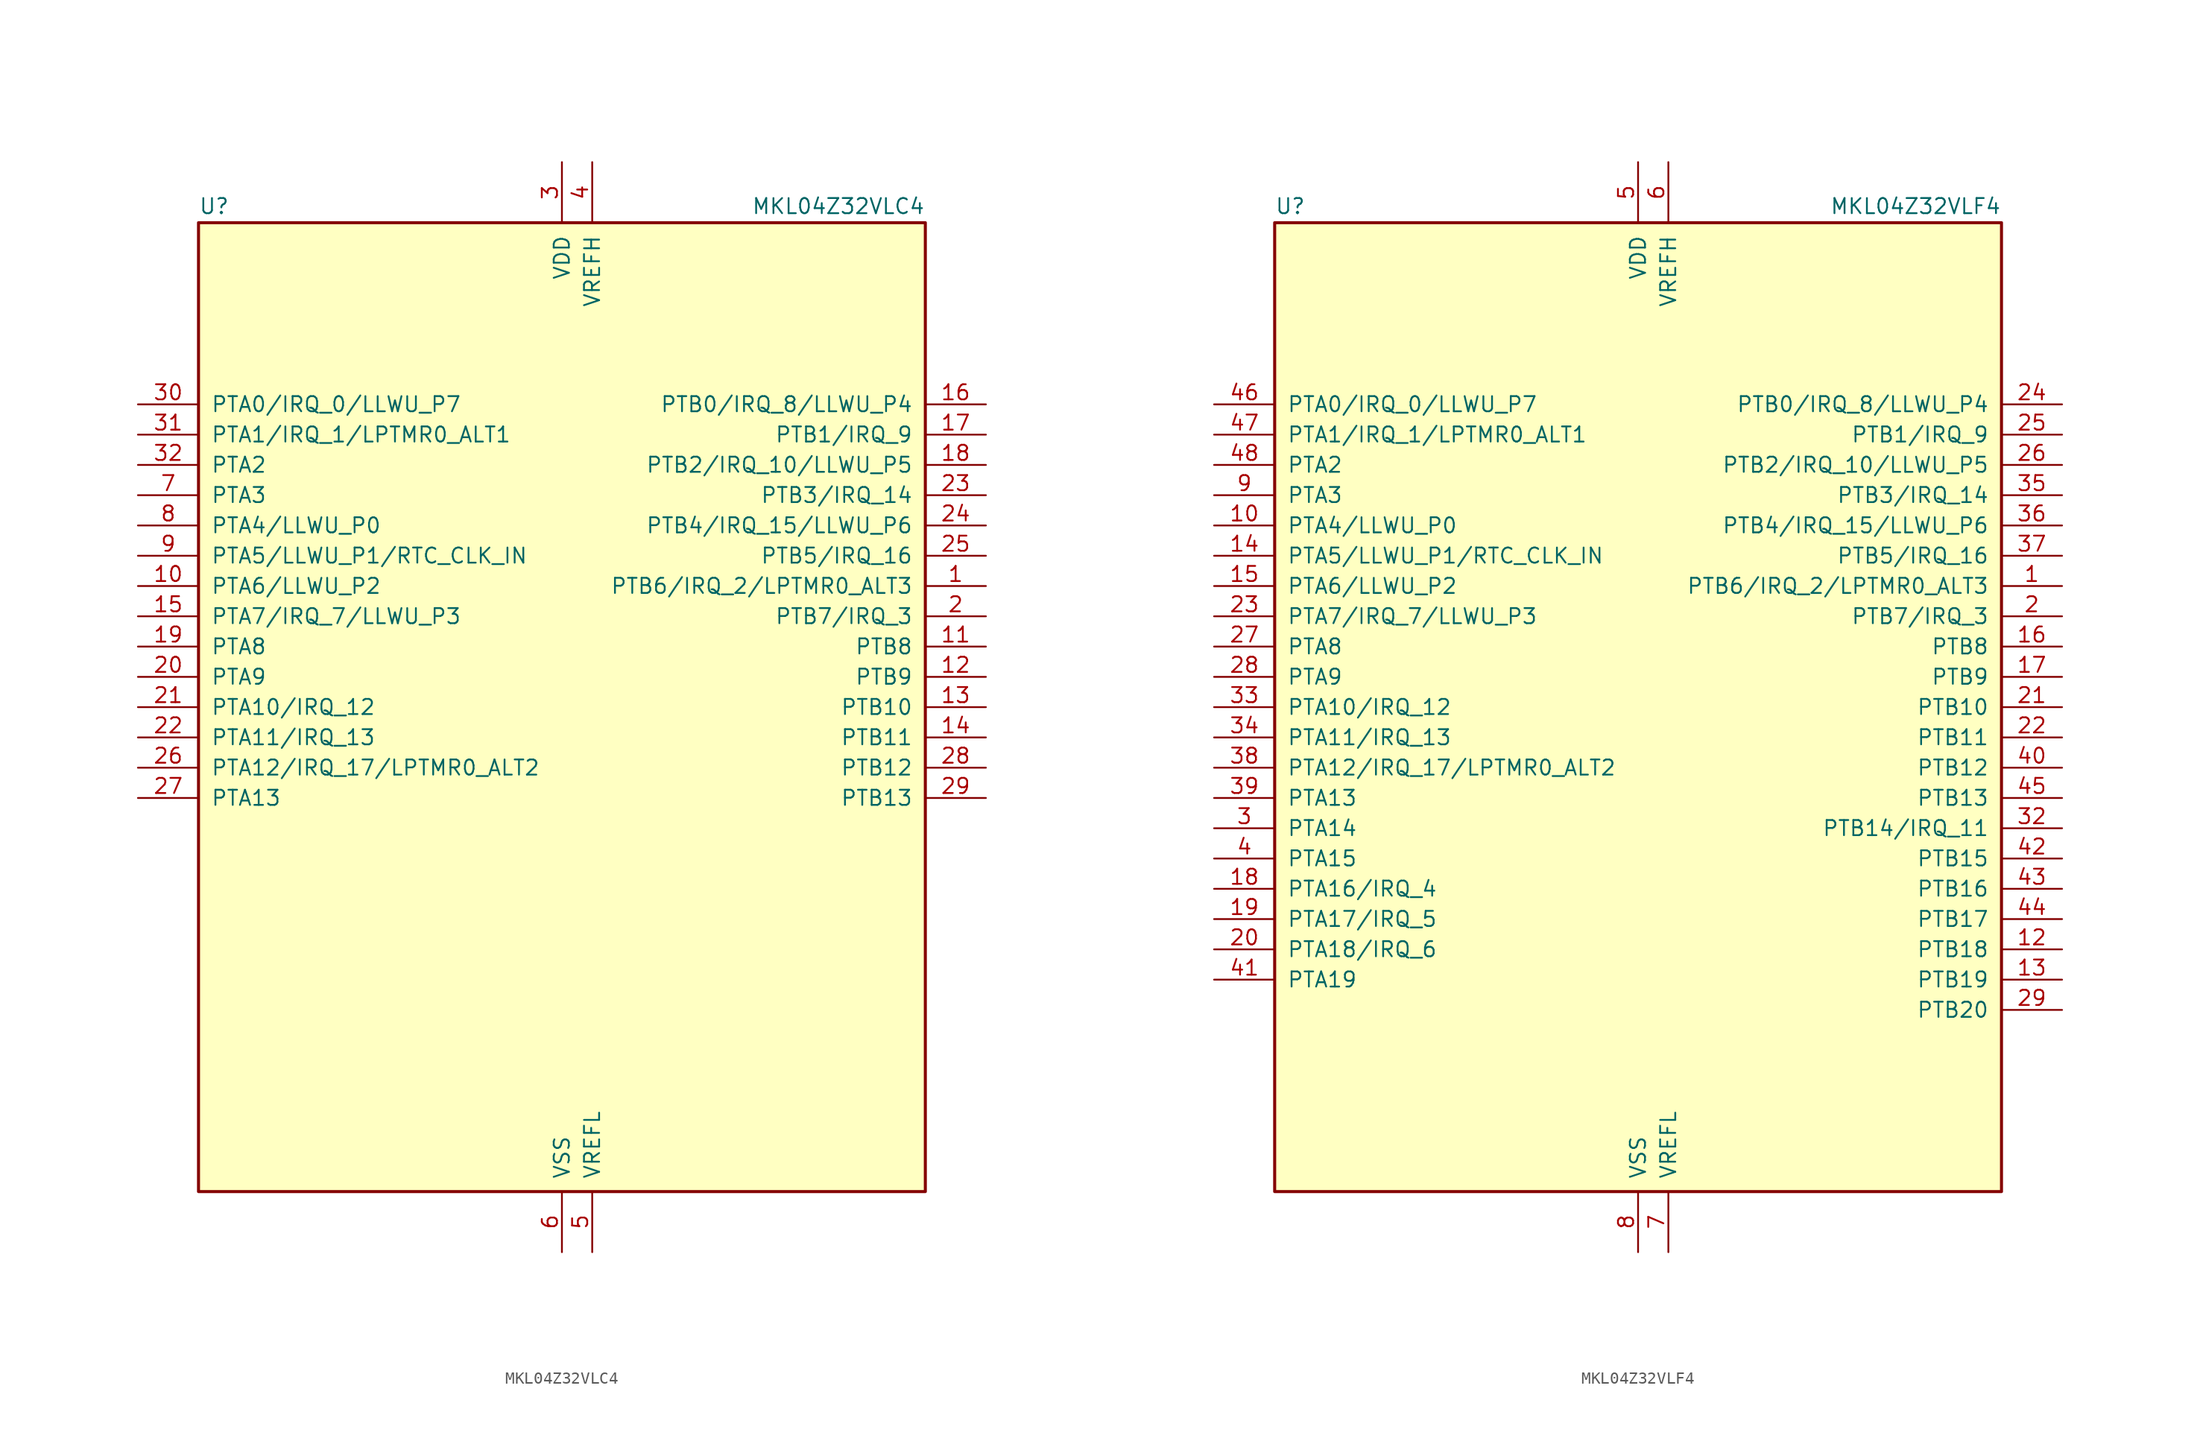
<source format=kicad_sym>
(kicad_symbol_lib
  (version 20241209)
  (generator "kicad_symbol_editor")
  (generator_version "9.0")
  (symbol "MKL04Z32VLC4"
    (pin_names
      (offset 1.016))
    (property "Reference" "U"
      (at -30.48 41.275 0)
      (effects (font (size 1.27 1.27)) (justify left bottom)))
    (property "Value" "MKL04Z32VLC4"
      (at 30.48 41.275 0)
      (effects (font (size 1.27 1.27)) (justify right bottom)))
    (symbol "MKL04Z32VLC4_0_1"
      (rectangle (start -30.48 40.64) (end 30.48 -40.64) (stroke (width 0.254) (type default)) (fill (type background))))
    (symbol "MKL04Z32VLC4_1_1"
      (pin bidirectional line (at -35.56 25.4 0) (length 5.08) (name "PTA0/IRQ_0/LLWU_P7" (effects (font (size 1.27 1.27)))) (number "30" (effects (font (size 1.27 1.27)))))
      (pin bidirectional line (at -35.56 22.86 0) (length 5.08) (name "PTA1/IRQ_1/LPTMR0_ALT1" (effects (font (size 1.27 1.27)))) (number "31" (effects (font (size 1.27 1.27)))))
      (pin bidirectional line (at -35.56 20.32 0) (length 5.08) (name "PTA2" (effects (font (size 1.27 1.27)))) (number "32" (effects (font (size 1.27 1.27)))))
      (pin bidirectional line (at -35.56 17.78 0) (length 5.08) (name "PTA3" (effects (font (size 1.27 1.27)))) (number "7" (effects (font (size 1.27 1.27)))))
      (pin bidirectional line (at -35.56 15.24 0) (length 5.08) (name "PTA4/LLWU_P0" (effects (font (size 1.27 1.27)))) (number "8" (effects (font (size 1.27 1.27)))))
      (pin bidirectional line (at -35.56 12.7 0) (length 5.08) (name "PTA5/LLWU_P1/RTC_CLK_IN" (effects (font (size 1.27 1.27)))) (number "9" (effects (font (size 1.27 1.27)))))
      (pin bidirectional line (at -35.56 10.16 0) (length 5.08) (name "PTA6/LLWU_P2" (effects (font (size 1.27 1.27)))) (number "10" (effects (font (size 1.27 1.27)))))
      (pin bidirectional line (at -35.56 7.62 0) (length 5.08) (name "PTA7/IRQ_7/LLWU_P3" (effects (font (size 1.27 1.27)))) (number "15" (effects (font (size 1.27 1.27)))))
      (pin bidirectional line (at -35.56 5.08 0) (length 5.08) (name "PTA8" (effects (font (size 1.27 1.27)))) (number "19" (effects (font (size 1.27 1.27)))))
      (pin bidirectional line (at -35.56 2.54 0) (length 5.08) (name "PTA9" (effects (font (size 1.27 1.27)))) (number "20" (effects (font (size 1.27 1.27)))))
      (pin bidirectional line (at -35.56 0 0) (length 5.08) (name "PTA10/IRQ_12" (effects (font (size 1.27 1.27)))) (number "21" (effects (font (size 1.27 1.27)))))
      (pin bidirectional line (at -35.56 -2.54 0) (length 5.08) (name "PTA11/IRQ_13" (effects (font (size 1.27 1.27)))) (number "22" (effects (font (size 1.27 1.27)))))
      (pin bidirectional line (at -35.56 -5.08 0) (length 5.08) (name "PTA12/IRQ_17/LPTMR0_ALT2" (effects (font (size 1.27 1.27)))) (number "26" (effects (font (size 1.27 1.27)))))
      (pin bidirectional line (at -35.56 -7.62 0) (length 5.08) (name "PTA13" (effects (font (size 1.27 1.27)))) (number "27" (effects (font (size 1.27 1.27)))))
      (pin power_in line (at 0 45.72 270) (length 5.08) (name "VDD" (effects (font (size 1.27 1.27)))) (number "3" (effects (font (size 1.27 1.27)))))
      (pin power_in line (at 0 -45.72 90) (length 5.08) (name "VSS" (effects (font (size 1.27 1.27)))) (number "6" (effects (font (size 1.27 1.27)))))
      (pin power_in line (at 2.54 45.72 270) (length 5.08) (name "VREFH" (effects (font (size 1.27 1.27)))) (number "4" (effects (font (size 1.27 1.27)))))
      (pin power_in line (at 2.54 -45.72 90) (length 5.08) (name "VREFL" (effects (font (size 1.27 1.27)))) (number "5" (effects (font (size 1.27 1.27)))))
      (pin bidirectional line (at 35.56 25.4 180) (length 5.08) (name "PTB0/IRQ_8/LLWU_P4" (effects (font (size 1.27 1.27)))) (number "16" (effects (font (size 1.27 1.27)))))
      (pin bidirectional line (at 35.56 22.86 180) (length 5.08) (name "PTB1/IRQ_9" (effects (font (size 1.27 1.27)))) (number "17" (effects (font (size 1.27 1.27)))))
      (pin bidirectional line (at 35.56 20.32 180) (length 5.08) (name "PTB2/IRQ_10/LLWU_P5" (effects (font (size 1.27 1.27)))) (number "18" (effects (font (size 1.27 1.27)))))
      (pin bidirectional line (at 35.56 17.78 180) (length 5.08) (name "PTB3/IRQ_14" (effects (font (size 1.27 1.27)))) (number "23" (effects (font (size 1.27 1.27)))))
      (pin bidirectional line (at 35.56 15.24 180) (length 5.08) (name "PTB4/IRQ_15/LLWU_P6" (effects (font (size 1.27 1.27)))) (number "24" (effects (font (size 1.27 1.27)))))
      (pin bidirectional line (at 35.56 12.7 180) (length 5.08) (name "PTB5/IRQ_16" (effects (font (size 1.27 1.27)))) (number "25" (effects (font (size 1.27 1.27)))))
      (pin bidirectional line (at 35.56 10.16 180) (length 5.08) (name "PTB6/IRQ_2/LPTMR0_ALT3" (effects (font (size 1.27 1.27)))) (number "1" (effects (font (size 1.27 1.27)))))
      (pin bidirectional line (at 35.56 7.62 180) (length 5.08) (name "PTB7/IRQ_3" (effects (font (size 1.27 1.27)))) (number "2" (effects (font (size 1.27 1.27)))))
      (pin bidirectional line (at 35.56 5.08 180) (length 5.08) (name "PTB8" (effects (font (size 1.27 1.27)))) (number "11" (effects (font (size 1.27 1.27)))))
      (pin bidirectional line (at 35.56 2.54 180) (length 5.08) (name "PTB9" (effects (font (size 1.27 1.27)))) (number "12" (effects (font (size 1.27 1.27)))))
      (pin bidirectional line (at 35.56 0 180) (length 5.08) (name "PTB10" (effects (font (size 1.27 1.27)))) (number "13" (effects (font (size 1.27 1.27)))))
      (pin bidirectional line (at 35.56 -2.54 180) (length 5.08) (name "PTB11" (effects (font (size 1.27 1.27)))) (number "14" (effects (font (size 1.27 1.27)))))
      (pin bidirectional line (at 35.56 -5.08 180) (length 5.08) (name "PTB12" (effects (font (size 1.27 1.27)))) (number "28" (effects (font (size 1.27 1.27)))))
      (pin bidirectional line (at 35.56 -7.62 180) (length 5.08) (name "PTB13" (effects (font (size 1.27 1.27)))) (number "29" (effects (font (size 1.27 1.27)))))))
  (symbol "MKL04Z32VLF4"
    (pin_names
      (offset 1.016))
    (property "Reference" "U"
      (at -30.48 41.275 0)
      (effects (font (size 1.27 1.27)) (justify left bottom)))
    (property "Value" "MKL04Z32VLF4"
      (at 30.48 41.275 0)
      (effects (font (size 1.27 1.27)) (justify right bottom)))
    (symbol "MKL04Z32VLF4_0_1"
      (rectangle (start -30.48 40.64) (end 30.48 -40.64) (stroke (width 0.254) (type default)) (fill (type background))))
    (symbol "MKL04Z32VLF4_1_1"
      (pin bidirectional line (at -35.56 25.4 0) (length 5.08) (name "PTA0/IRQ_0/LLWU_P7" (effects (font (size 1.27 1.27)))) (number "46" (effects (font (size 1.27 1.27)))))
      (pin bidirectional line (at -35.56 22.86 0) (length 5.08) (name "PTA1/IRQ_1/LPTMR0_ALT1" (effects (font (size 1.27 1.27)))) (number "47" (effects (font (size 1.27 1.27)))))
      (pin bidirectional line (at -35.56 20.32 0) (length 5.08) (name "PTA2" (effects (font (size 1.27 1.27)))) (number "48" (effects (font (size 1.27 1.27)))))
      (pin bidirectional line (at -35.56 17.78 0) (length 5.08) (name "PTA3" (effects (font (size 1.27 1.27)))) (number "9" (effects (font (size 1.27 1.27)))))
      (pin bidirectional line (at -35.56 15.24 0) (length 5.08) (name "PTA4/LLWU_P0" (effects (font (size 1.27 1.27)))) (number "10" (effects (font (size 1.27 1.27)))))
      (pin bidirectional line (at -35.56 12.7 0) (length 5.08) (name "PTA5/LLWU_P1/RTC_CLK_IN" (effects (font (size 1.27 1.27)))) (number "14" (effects (font (size 1.27 1.27)))))
      (pin bidirectional line (at -35.56 10.16 0) (length 5.08) (name "PTA6/LLWU_P2" (effects (font (size 1.27 1.27)))) (number "15" (effects (font (size 1.27 1.27)))))
      (pin bidirectional line (at -35.56 7.62 0) (length 5.08) (name "PTA7/IRQ_7/LLWU_P3" (effects (font (size 1.27 1.27)))) (number "23" (effects (font (size 1.27 1.27)))))
      (pin bidirectional line (at -35.56 5.08 0) (length 5.08) (name "PTA8" (effects (font (size 1.27 1.27)))) (number "27" (effects (font (size 1.27 1.27)))))
      (pin bidirectional line (at -35.56 2.54 0) (length 5.08) (name "PTA9" (effects (font (size 1.27 1.27)))) (number "28" (effects (font (size 1.27 1.27)))))
      (pin bidirectional line (at -35.56 0 0) (length 5.08) (name "PTA10/IRQ_12" (effects (font (size 1.27 1.27)))) (number "33" (effects (font (size 1.27 1.27)))))
      (pin bidirectional line (at -35.56 -2.54 0) (length 5.08) (name "PTA11/IRQ_13" (effects (font (size 1.27 1.27)))) (number "34" (effects (font (size 1.27 1.27)))))
      (pin bidirectional line (at -35.56 -5.08 0) (length 5.08) (name "PTA12/IRQ_17/LPTMR0_ALT2" (effects (font (size 1.27 1.27)))) (number "38" (effects (font (size 1.27 1.27)))))
      (pin bidirectional line (at -35.56 -7.62 0) (length 5.08) (name "PTA13" (effects (font (size 1.27 1.27)))) (number "39" (effects (font (size 1.27 1.27)))))
      (pin bidirectional line (at -35.56 -10.16 0) (length 5.08) (name "PTA14" (effects (font (size 1.27 1.27)))) (number "3" (effects (font (size 1.27 1.27)))))
      (pin bidirectional line (at -35.56 -12.7 0) (length 5.08) (name "PTA15" (effects (font (size 1.27 1.27)))) (number "4" (effects (font (size 1.27 1.27)))))
      (pin bidirectional line (at -35.56 -15.24 0) (length 5.08) (name "PTA16/IRQ_4" (effects (font (size 1.27 1.27)))) (number "18" (effects (font (size 1.27 1.27)))))
      (pin bidirectional line (at -35.56 -17.78 0) (length 5.08) (name "PTA17/IRQ_5" (effects (font (size 1.27 1.27)))) (number "19" (effects (font (size 1.27 1.27)))))
      (pin bidirectional line (at -35.56 -20.32 0) (length 5.08) (name "PTA18/IRQ_6" (effects (font (size 1.27 1.27)))) (number "20" (effects (font (size 1.27 1.27)))))
      (pin bidirectional line (at -35.56 -22.86 0) (length 5.08) (name "PTA19" (effects (font (size 1.27 1.27)))) (number "41" (effects (font (size 1.27 1.27)))))
      (pin passive line (at 0 45.72 270) (length 5.08) (hide yes) (name "VDD" (effects (font (size 1.27 1.27)))) (number "31" (effects (font (size 1.27 1.27)))))
      (pin power_in line (at 0 45.72 270) (length 5.08) (name "VDD" (effects (font (size 1.27 1.27)))) (number "5" (effects (font (size 1.27 1.27)))))
      (pin passive line (at 0 -45.72 90) (length 5.08) (hide yes) (name "VSS" (effects (font (size 1.27 1.27)))) (number "11" (effects (font (size 1.27 1.27)))))
      (pin passive line (at 0 -45.72 90) (length 5.08) (hide yes) (name "VSS" (effects (font (size 1.27 1.27)))) (number "30" (effects (font (size 1.27 1.27)))))
      (pin power_in line (at 0 -45.72 90) (length 5.08) (name "VSS" (effects (font (size 1.27 1.27)))) (number "8" (effects (font (size 1.27 1.27)))))
      (pin power_in line (at 2.54 45.72 270) (length 5.08) (name "VREFH" (effects (font (size 1.27 1.27)))) (number "6" (effects (font (size 1.27 1.27)))))
      (pin power_in line (at 2.54 -45.72 90) (length 5.08) (name "VREFL" (effects (font (size 1.27 1.27)))) (number "7" (effects (font (size 1.27 1.27)))))
      (pin bidirectional line (at 35.56 25.4 180) (length 5.08) (name "PTB0/IRQ_8/LLWU_P4" (effects (font (size 1.27 1.27)))) (number "24" (effects (font (size 1.27 1.27)))))
      (pin bidirectional line (at 35.56 22.86 180) (length 5.08) (name "PTB1/IRQ_9" (effects (font (size 1.27 1.27)))) (number "25" (effects (font (size 1.27 1.27)))))
      (pin bidirectional line (at 35.56 20.32 180) (length 5.08) (name "PTB2/IRQ_10/LLWU_P5" (effects (font (size 1.27 1.27)))) (number "26" (effects (font (size 1.27 1.27)))))
      (pin bidirectional line (at 35.56 17.78 180) (length 5.08) (name "PTB3/IRQ_14" (effects (font (size 1.27 1.27)))) (number "35" (effects (font (size 1.27 1.27)))))
      (pin bidirectional line (at 35.56 15.24 180) (length 5.08) (name "PTB4/IRQ_15/LLWU_P6" (effects (font (size 1.27 1.27)))) (number "36" (effects (font (size 1.27 1.27)))))
      (pin bidirectional line (at 35.56 12.7 180) (length 5.08) (name "PTB5/IRQ_16" (effects (font (size 1.27 1.27)))) (number "37" (effects (font (size 1.27 1.27)))))
      (pin bidirectional line (at 35.56 10.16 180) (length 5.08) (name "PTB6/IRQ_2/LPTMR0_ALT3" (effects (font (size 1.27 1.27)))) (number "1" (effects (font (size 1.27 1.27)))))
      (pin bidirectional line (at 35.56 7.62 180) (length 5.08) (name "PTB7/IRQ_3" (effects (font (size 1.27 1.27)))) (number "2" (effects (font (size 1.27 1.27)))))
      (pin bidirectional line (at 35.56 5.08 180) (length 5.08) (name "PTB8" (effects (font (size 1.27 1.27)))) (number "16" (effects (font (size 1.27 1.27)))))
      (pin bidirectional line (at 35.56 2.54 180) (length 5.08) (name "PTB9" (effects (font (size 1.27 1.27)))) (number "17" (effects (font (size 1.27 1.27)))))
      (pin bidirectional line (at 35.56 0 180) (length 5.08) (name "PTB10" (effects (font (size 1.27 1.27)))) (number "21" (effects (font (size 1.27 1.27)))))
      (pin bidirectional line (at 35.56 -2.54 180) (length 5.08) (name "PTB11" (effects (font (size 1.27 1.27)))) (number "22" (effects (font (size 1.27 1.27)))))
      (pin bidirectional line (at 35.56 -5.08 180) (length 5.08) (name "PTB12" (effects (font (size 1.27 1.27)))) (number "40" (effects (font (size 1.27 1.27)))))
      (pin bidirectional line (at 35.56 -7.62 180) (length 5.08) (name "PTB13" (effects (font (size 1.27 1.27)))) (number "45" (effects (font (size 1.27 1.27)))))
      (pin bidirectional line (at 35.56 -10.16 180) (length 5.08) (name "PTB14/IRQ_11" (effects (font (size 1.27 1.27)))) (number "32" (effects (font (size 1.27 1.27)))))
      (pin bidirectional line (at 35.56 -12.7 180) (length 5.08) (name "PTB15" (effects (font (size 1.27 1.27)))) (number "42" (effects (font (size 1.27 1.27)))))
      (pin bidirectional line (at 35.56 -15.24 180) (length 5.08) (name "PTB16" (effects (font (size 1.27 1.27)))) (number "43" (effects (font (size 1.27 1.27)))))
      (pin bidirectional line (at 35.56 -17.78 180) (length 5.08) (name "PTB17" (effects (font (size 1.27 1.27)))) (number "44" (effects (font (size 1.27 1.27)))))
      (pin bidirectional line (at 35.56 -20.32 180) (length 5.08) (name "PTB18" (effects (font (size 1.27 1.27)))) (number "12" (effects (font (size 1.27 1.27)))))
      (pin bidirectional line (at 35.56 -22.86 180) (length 5.08) (name "PTB19" (effects (font (size 1.27 1.27)))) (number "13" (effects (font (size 1.27 1.27)))))
      (pin bidirectional line (at 35.56 -25.4 180) (length 5.08) (name "PTB20" (effects (font (size 1.27 1.27)))) (number "29" (effects (font (size 1.27 1.27))))))))
</source>
